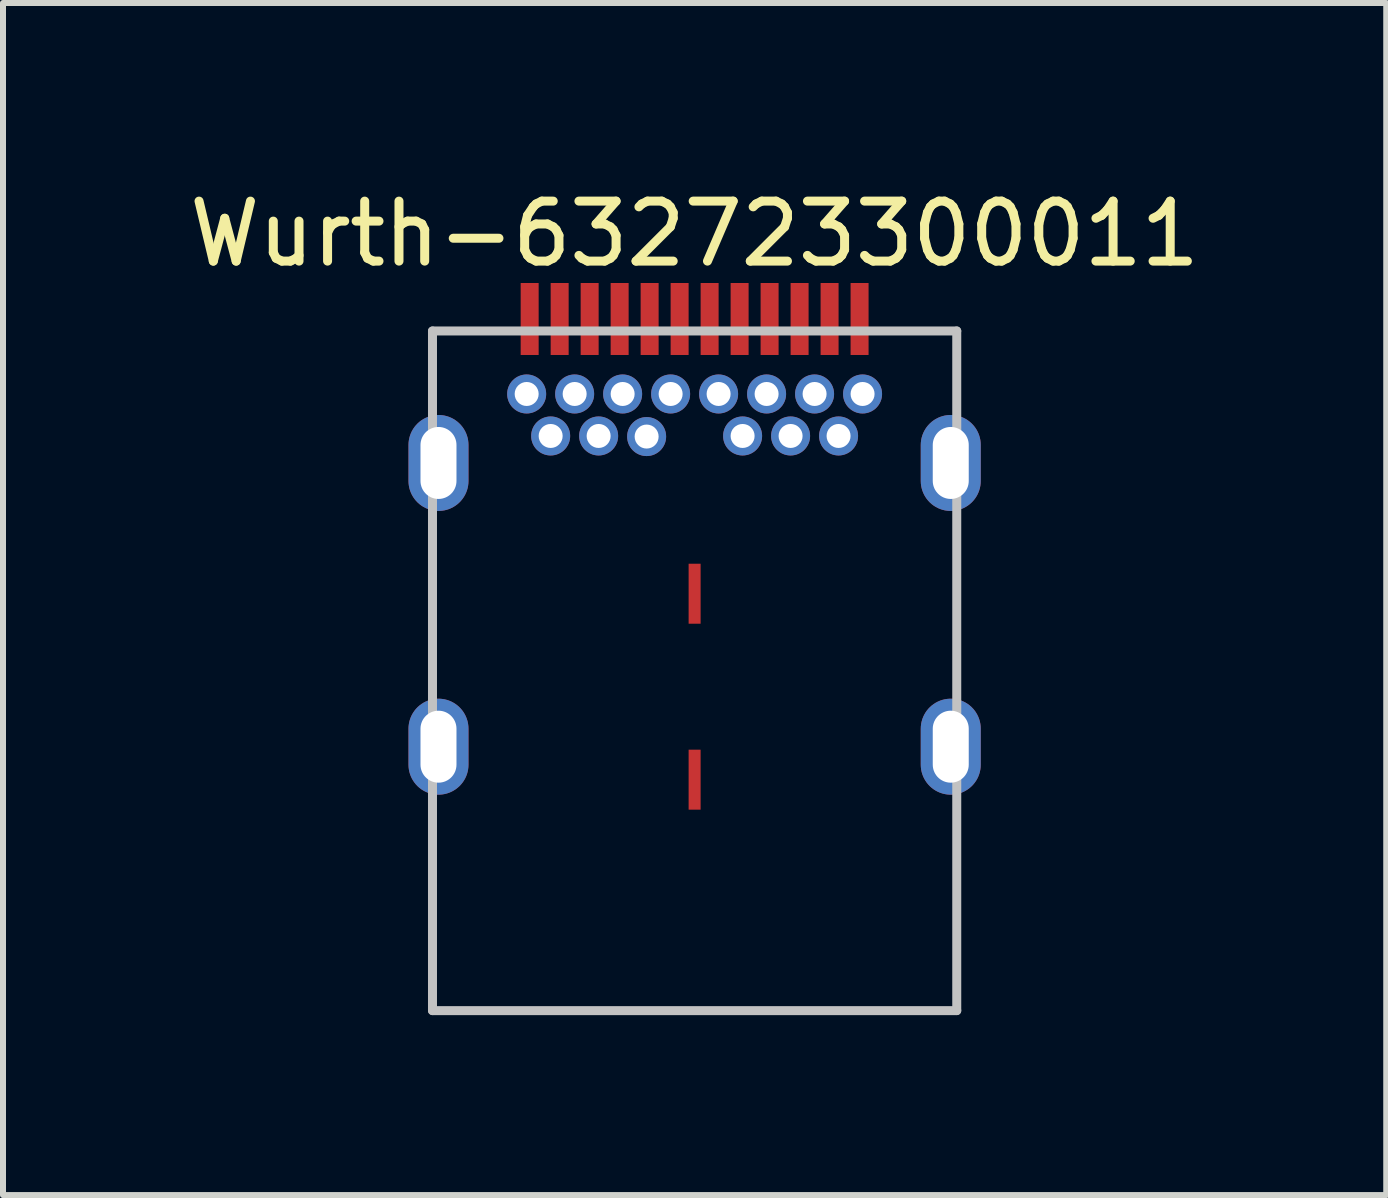
<source format=kicad_pcb>
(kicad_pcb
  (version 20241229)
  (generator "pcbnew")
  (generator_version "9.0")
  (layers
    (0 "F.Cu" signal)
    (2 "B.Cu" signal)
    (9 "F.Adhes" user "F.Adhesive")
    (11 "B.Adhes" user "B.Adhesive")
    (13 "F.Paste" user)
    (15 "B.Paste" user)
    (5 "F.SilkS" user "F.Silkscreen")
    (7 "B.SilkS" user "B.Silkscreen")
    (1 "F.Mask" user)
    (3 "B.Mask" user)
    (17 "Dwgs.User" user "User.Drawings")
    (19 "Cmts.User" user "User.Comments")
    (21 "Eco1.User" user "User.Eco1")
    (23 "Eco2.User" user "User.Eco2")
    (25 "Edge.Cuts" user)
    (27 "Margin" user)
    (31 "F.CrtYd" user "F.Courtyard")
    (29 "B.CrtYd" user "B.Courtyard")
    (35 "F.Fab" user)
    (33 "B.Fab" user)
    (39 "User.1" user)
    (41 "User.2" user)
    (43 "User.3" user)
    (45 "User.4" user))
  (footprint "Wurth-632723300011"
    (layer "F.Cu")
    (at 8.53 12.848)
    (property "Reference" "Wurth-632723300011" (at 0 -12 0) (layer "F.SilkS") (effects (font (size 1 1) (thickness 0.15))))
    (attr through_hole)
    (fp_line (start -4.37 -10.38) (end 4.37 -10.38) (stroke (width 0.15) (type solid)) (layer "Dwgs.User"))
    (fp_line (start -4.37 0.95) (end -4.37 -10.38) (stroke (width 0.15) (type solid)) (layer "Dwgs.User"))
    (fp_line (start -4.37 0.95) (end 4.37 0.95) (stroke (width 0.15) (type solid)) (layer "Dwgs.User"))
    (fp_line (start 4.37 0.95) (end 4.37 -10.38) (stroke (width 0.15) (type solid)) (layer "Dwgs.User"))
    (pad "1" smd rect (at -2.75 -10.58) (size 0.3 1.2) (layers "F.Cu" "F.Mask" "F.Paste"))
    (pad "2" smd rect (at -2.25 -10.58) (size 0.3 1.2) (layers "F.Cu" "F.Mask" "F.Paste"))
    (pad "3" smd rect (at -1.75 -10.58) (size 0.3 1.2) (layers "F.Cu" "F.Mask" "F.Paste"))
    (pad "4" smd rect (at -1.25 -10.58) (size 0.3 1.2) (layers "F.Cu" "F.Mask" "F.Paste"))
    (pad "5" smd rect (at -0.75 -10.58) (size 0.3 1.2) (layers "F.Cu" "F.Mask" "F.Paste"))
    (pad "6" smd rect (at -0.25 -10.58) (size 0.3 1.2) (layers "F.Cu" "F.Mask" "F.Paste"))
    (pad "7" smd rect (at 0.25 -10.58) (size 0.3 1.2) (layers "F.Cu" "F.Mask" "F.Paste"))
    (pad "8" smd rect (at 0.75 -10.58) (size 0.3 1.2) (layers "F.Cu" "F.Mask" "F.Paste"))
    (pad "9" smd rect (at 1.25 -10.58) (size 0.3 1.2) (layers "F.Cu" "F.Mask" "F.Paste"))
    (pad "10" smd rect (at 1.75 -10.58) (size 0.3 1.2) (layers "F.Cu" "F.Mask" "F.Paste"))
    (pad "11" smd rect (at 2.25 -10.58) (size 0.3 1.2) (layers "F.Cu" "F.Mask" "F.Paste"))
    (pad "12" smd rect (at 2.75 -10.58) (size 0.3 1.2) (layers "F.Cu" "F.Mask" "F.Paste"))
    (pad "13" thru_hole circle (at 2.8 -9.33) (size 0.65 0.65) (drill 0.4) (layers "*.Cu" "B.Mask"))
    (pad "14" thru_hole circle (at 2.4 -8.63) (size 0.65 0.65) (drill 0.4) (layers "*.Cu" "B.Mask"))
    (pad "15" thru_hole circle (at 1.6 -8.63) (size 0.65 0.65) (drill 0.4) (layers "*.Cu" "B.Mask"))
    (pad "16" thru_hole circle (at 1.2 -9.33) (size 0.65 0.65) (drill 0.4) (layers "*.Cu" "B.Mask"))
    (pad "17" thru_hole circle (at 0.8 -8.63) (size 0.65 0.65) (drill 0.4) (layers "*.Cu" "B.Mask"))
    (pad "18" thru_hole circle (at 0.4 -9.33) (size 0.65 0.65) (drill 0.4) (layers "*.Cu" "B.Mask"))
    (pad "19" thru_hole circle (at -0.4 -9.33) (size 0.65 0.65) (drill 0.4) (layers "*.Cu" "B.Mask"))
    (pad "20" thru_hole circle (at -0.8 -8.62) (size 0.65 0.65) (drill 0.4) (layers "*.Cu" "B.Mask"))
    (pad "21" thru_hole circle (at -1.2 -9.33) (size 0.65 0.65) (drill 0.4) (layers "*.Cu" "B.Mask"))
    (pad "22" thru_hole circle (at -1.6 -8.63) (size 0.65 0.65) (drill 0.4) (layers "*.Cu" "B.Mask"))
    (pad "23" thru_hole circle (at -2.4 -8.63) (size 0.65 0.65) (drill 0.4) (layers "*.Cu" "B.Mask"))
    (pad "24" thru_hole circle (at -2.8 -9.33) (size 0.65 0.65) (drill 0.4) (layers "*.Cu" "B.Mask"))
    (pad "25" thru_hole circle (at -2 -9.33) (size 0.65 0.65) (drill 0.4) (layers "*.Cu" "B.Mask"))
    (pad "25" thru_hole circle (at 2 -9.33) (size 0.65 0.65) (drill 0.4) (layers "*.Cu" "B.Mask"))
    (pad "26" thru_hole oval (at -4.27 -8.18) (size 1 1.6) (drill oval 0.6 1.2) (layers "*.Cu" "B.Mask"))
    (pad "26" thru_hole oval (at -4.27 -3.45) (size 1 1.6) (drill oval 0.6 1.2) (layers "*.Cu" "B.Mask"))
    (pad "26" thru_hole oval (at 4.27 -8.18) (size 1 1.6) (drill oval 0.6 1.2) (layers "*.Cu" "B.Mask"))
    (pad "26" thru_hole oval (at 4.27 -3.45) (size 1 1.6) (drill oval 0.6 1.2) (layers "*.Cu" "B.Mask"))
    (pad "27" smd rect (at 0 -6) (size 0.2 1) (layers "F.Cu" "F.Mask" "F.Paste"))
    (pad "27" smd rect (at 0 -2.9) (size 0.2 1) (layers "F.Cu" "F.Mask" "F.Paste")))
  (gr_rect
    (start -3 -3)
    (end 20.06 16.873)
    (stroke (width 0.1) (type default))
    (fill no)
    (layer "Edge.Cuts")))
</source>
